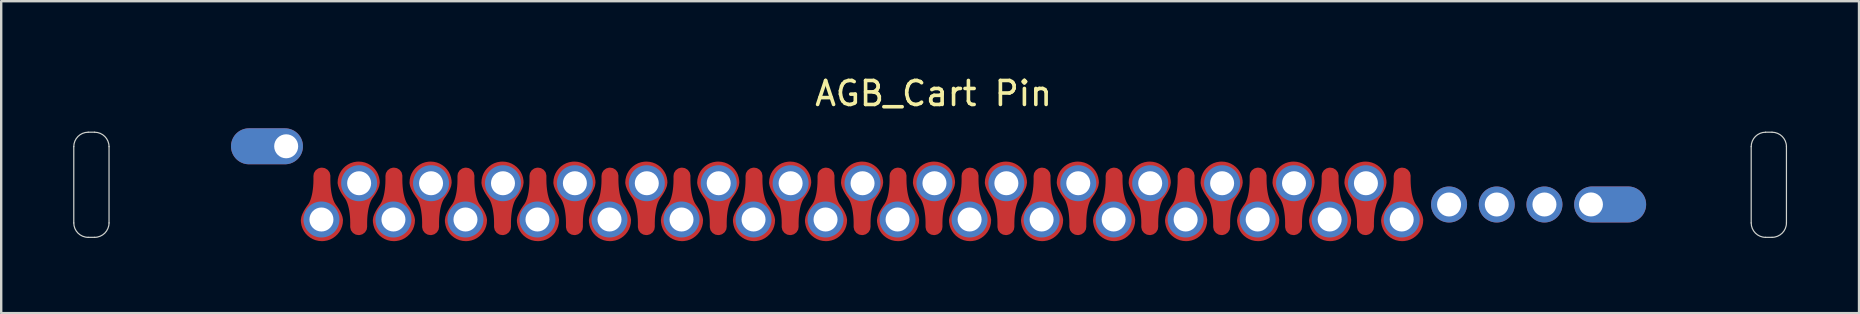
<source format=kicad_pcb>
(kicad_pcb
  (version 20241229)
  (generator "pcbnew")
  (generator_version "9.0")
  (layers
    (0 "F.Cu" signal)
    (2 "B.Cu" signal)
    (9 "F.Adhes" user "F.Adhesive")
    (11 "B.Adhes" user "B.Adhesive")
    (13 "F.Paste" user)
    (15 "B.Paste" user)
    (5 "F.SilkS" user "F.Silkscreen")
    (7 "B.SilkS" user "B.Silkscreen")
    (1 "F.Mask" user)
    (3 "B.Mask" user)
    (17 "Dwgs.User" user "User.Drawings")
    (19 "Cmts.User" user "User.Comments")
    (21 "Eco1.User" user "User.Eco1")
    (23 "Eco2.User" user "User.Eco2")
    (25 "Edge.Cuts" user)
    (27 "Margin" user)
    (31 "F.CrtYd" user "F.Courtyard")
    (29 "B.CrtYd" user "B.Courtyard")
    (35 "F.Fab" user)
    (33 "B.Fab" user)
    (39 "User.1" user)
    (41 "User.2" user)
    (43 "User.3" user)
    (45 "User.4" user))
  (footprint "AGB_Cart Pin"
    (layer "F.Cu")
    (at 35.859 1.348)
    (property "Reference" "AGB_Cart Pin" (at 0 -0.5 0) (unlocked yes) (layer "F.SilkS") (effects (font (size 1 1) (thickness 0.15))))
    (attr smd)
    (fp_line (start -35.834 4.894) (end -35.834 1.713) (stroke (width 0.05) (type solid)) (layer "Edge.Cuts"))
    (fp_line (start -35.234 1.113) (end -34.965 1.113) (stroke (width 0.05) (type solid)) (layer "Edge.Cuts"))
    (fp_line (start -34.965 5.494) (end -35.234 5.494) (stroke (width 0.05) (type solid)) (layer "Edge.Cuts"))
    (fp_line (start -34.365 1.713) (end -34.365 4.894) (stroke (width 0.05) (type solid)) (layer "Edge.Cuts"))
    (fp_line (start 34.077 4.894) (end 34.077 1.713) (stroke (width 0.05) (type solid)) (layer "Edge.Cuts"))
    (fp_line (start 34.676 1.113) (end 34.946 1.113) (stroke (width 0.05) (type solid)) (layer "Edge.Cuts"))
    (fp_line (start 34.946 5.494) (end 34.676 5.494) (stroke (width 0.05) (type solid)) (layer "Edge.Cuts"))
    (fp_line (start 35.546 1.713) (end 35.546 4.894) (stroke (width 0.05) (type solid)) (layer "Edge.Cuts"))
    (fp_curve (pts (xy -35.834 1.713) (xy -35.834 1.383) (xy -35.564 1.113) (xy -35.234 1.113)) (stroke (width 0.05) (type solid)) (layer "Edge.Cuts"))
    (fp_curve (pts (xy -35.234 5.494) (xy -35.564 5.494) (xy -35.834 5.224) (xy -35.834 4.894)) (stroke (width 0.05) (type solid)) (layer "Edge.Cuts"))
    (fp_curve (pts (xy -34.965 1.113) (xy -34.635 1.113) (xy -34.365 1.383) (xy -34.365 1.713)) (stroke (width 0.05) (type solid)) (layer "Edge.Cuts"))
    (fp_curve (pts (xy -34.365 4.894) (xy -34.365 5.224) (xy -34.635 5.494) (xy -34.965 5.494)) (stroke (width 0.05) (type solid)) (layer "Edge.Cuts"))
    (fp_curve (pts (xy 34.077 1.713) (xy 34.077 1.383) (xy 34.347 1.113) (xy 34.676 1.113)) (stroke (width 0.05) (type solid)) (layer "Edge.Cuts"))
    (fp_curve (pts (xy 34.676 5.494) (xy 34.347 5.494) (xy 34.077 5.224) (xy 34.077 4.894)) (stroke (width 0.05) (type solid)) (layer "Edge.Cuts"))
    (fp_curve (pts (xy 34.946 1.113) (xy 35.276 1.113) (xy 35.546 1.383) (xy 35.546 1.713)) (stroke (width 0.05) (type solid)) (layer "Edge.Cuts"))
    (fp_curve (pts (xy 35.546 4.894) (xy 35.546 5.224) (xy 35.276 5.494) (xy 34.946 5.494)) (stroke (width 0.05) (type solid)) (layer "Edge.Cuts"))
    (pad "1" smd custom (at 19.511 4.75 180) (size 1.3 1.3) (layers "F.Cu") (options (anchor circle)) (primitives (gr_poly (pts (xy -0.021 2.101) (xy -0.017 2.101) (xy 0.013 2.1) (xy 0.11 2.073) (xy 0.2 2.006) (xy 0.258 1.911) (xy 0.274 1.811) (xy 0.273 1.648) (xy 0.277 1.498) (xy 0.286 1.362) (xy 0.3 1.239) (xy 0.316 1.128) (xy 0.335 1.029) (xy 0.367 0.902) (xy 0.4 0.8) (xy 0.442 0.699) (xy 0.499 0.601) (xy 0.506 0.592) (xy 0.568 0.506) (xy 0.635 0.404) (xy 0.691 0.307) (xy 0.741 0.203) (xy 0.779 0.098) (xy 0.799 -0.027) (xy 0.795 -0.11) (xy 0.773 -0.231) (xy 0.735 -0.345) (xy 0.681 -0.45) (xy 0.613 -0.546) (xy 0.532 -0.631) (xy 0.439 -0.703) (xy 0.337 -0.762) (xy 0.226 -0.806) (xy 0.108 -0.833) (xy -0.017 -0.843) (xy -0.021 -0.843) (xy -0.105 -0.838) (xy -0.225 -0.817) (xy -0.339 -0.779) (xy -0.444 -0.725) (xy -0.54 -0.656) (xy -0.625 -0.575) (xy -0.698 -0.483) (xy -0.757 -0.381) (xy -0.8 -0.27) (xy -0.828 -0.151) (xy -0.837 -0.027) (xy -0.836 -0.003) (xy -0.817 0.098) (xy -0.779 0.203) (xy -0.729 0.307) (xy -0.673 0.404) (xy -0.606 0.506) (xy -0.537 0.601) (xy -0.531 0.609) (xy -0.48 0.699) (xy -0.438 0.8) (xy -0.405 0.902) (xy -0.373 1.029) (xy -0.354 1.128) (xy -0.338 1.239) (xy -0.324 1.362) (xy -0.315 1.498) (xy -0.311 1.648) (xy -0.312 1.811) (xy -0.312 1.826) (xy -0.285 1.937) (xy -0.218 2.026) (xy -0.122 2.084)) (width 0.12) (fill yes))))
    (pad "1" thru_hole circle (at 19.511 4.75) (size 1.5 1.5) (drill 1) (layers "*.Cu" "*.Mask"))
    (pad "2" smd custom (at 18.02 3.239) (size 1.3 1.3) (layers "F.Cu") (options (anchor circle)) (primitives (gr_poly (pts (xy -0.021 2.101) (xy -0.017 2.101) (xy 0.013 2.1) (xy 0.11 2.073) (xy 0.2 2.006) (xy 0.258 1.911) (xy 0.274 1.811) (xy 0.273 1.648) (xy 0.277 1.498) (xy 0.286 1.362) (xy 0.3 1.239) (xy 0.316 1.128) (xy 0.335 1.029) (xy 0.367 0.902) (xy 0.4 0.8) (xy 0.442 0.699) (xy 0.499 0.601) (xy 0.506 0.592) (xy 0.568 0.506) (xy 0.635 0.404) (xy 0.691 0.307) (xy 0.741 0.203) (xy 0.779 0.098) (xy 0.799 -0.027) (xy 0.795 -0.11) (xy 0.773 -0.231) (xy 0.735 -0.345) (xy 0.681 -0.45) (xy 0.613 -0.546) (xy 0.532 -0.631) (xy 0.439 -0.703) (xy 0.337 -0.762) (xy 0.226 -0.806) (xy 0.108 -0.833) (xy -0.017 -0.843) (xy -0.021 -0.843) (xy -0.105 -0.838) (xy -0.225 -0.817) (xy -0.339 -0.779) (xy -0.444 -0.725) (xy -0.54 -0.656) (xy -0.625 -0.575) (xy -0.698 -0.483) (xy -0.757 -0.381) (xy -0.8 -0.27) (xy -0.828 -0.151) (xy -0.837 -0.027) (xy -0.836 -0.003) (xy -0.817 0.098) (xy -0.779 0.203) (xy -0.729 0.307) (xy -0.673 0.404) (xy -0.606 0.506) (xy -0.537 0.601) (xy -0.531 0.609) (xy -0.48 0.699) (xy -0.438 0.8) (xy -0.405 0.902) (xy -0.373 1.029) (xy -0.354 1.128) (xy -0.338 1.239) (xy -0.324 1.362) (xy -0.315 1.498) (xy -0.311 1.648) (xy -0.312 1.811) (xy -0.312 1.826) (xy -0.285 1.937) (xy -0.218 2.026) (xy -0.122 2.084)) (width 0.12) (fill yes))))
    (pad "2" thru_hole circle (at 18.02 3.239) (size 1.5 1.5) (drill 1) (layers "*.Cu" "*.Mask"))
    (pad "3" smd custom (at 16.509 4.75 180) (size 1.3 1.3) (layers "F.Cu") (options (anchor circle)) (primitives (gr_poly (pts (xy -0.021 2.101) (xy -0.017 2.101) (xy 0.013 2.1) (xy 0.11 2.073) (xy 0.2 2.006) (xy 0.258 1.911) (xy 0.274 1.811) (xy 0.273 1.648) (xy 0.277 1.498) (xy 0.286 1.362) (xy 0.3 1.239) (xy 0.316 1.128) (xy 0.335 1.029) (xy 0.367 0.902) (xy 0.4 0.8) (xy 0.442 0.699) (xy 0.499 0.601) (xy 0.506 0.592) (xy 0.568 0.506) (xy 0.635 0.404) (xy 0.691 0.307) (xy 0.741 0.203) (xy 0.779 0.098) (xy 0.799 -0.027) (xy 0.795 -0.11) (xy 0.773 -0.231) (xy 0.735 -0.345) (xy 0.681 -0.45) (xy 0.613 -0.546) (xy 0.532 -0.631) (xy 0.439 -0.703) (xy 0.337 -0.762) (xy 0.226 -0.806) (xy 0.108 -0.833) (xy -0.017 -0.843) (xy -0.021 -0.843) (xy -0.105 -0.838) (xy -0.225 -0.817) (xy -0.339 -0.779) (xy -0.444 -0.725) (xy -0.54 -0.656) (xy -0.625 -0.575) (xy -0.698 -0.483) (xy -0.757 -0.381) (xy -0.8 -0.27) (xy -0.828 -0.151) (xy -0.837 -0.027) (xy -0.836 -0.003) (xy -0.817 0.098) (xy -0.779 0.203) (xy -0.729 0.307) (xy -0.673 0.404) (xy -0.606 0.506) (xy -0.537 0.601) (xy -0.531 0.609) (xy -0.48 0.699) (xy -0.438 0.8) (xy -0.405 0.902) (xy -0.373 1.029) (xy -0.354 1.128) (xy -0.338 1.239) (xy -0.324 1.362) (xy -0.315 1.498) (xy -0.311 1.648) (xy -0.312 1.811) (xy -0.312 1.826) (xy -0.285 1.937) (xy -0.218 2.026) (xy -0.122 2.084)) (width 0.12) (fill yes))))
    (pad "3" thru_hole circle (at 16.509 4.75) (size 1.5 1.5) (drill 1) (layers "*.Cu" "*.Mask"))
    (pad "4" smd custom (at 15.023 3.239) (size 1.3 1.3) (layers "F.Cu") (options (anchor circle)) (primitives (gr_poly (pts (xy -0.021 2.101) (xy -0.017 2.101) (xy 0.013 2.1) (xy 0.11 2.073) (xy 0.2 2.006) (xy 0.258 1.911) (xy 0.274 1.811) (xy 0.273 1.648) (xy 0.277 1.498) (xy 0.286 1.362) (xy 0.3 1.239) (xy 0.316 1.128) (xy 0.335 1.029) (xy 0.367 0.902) (xy 0.4 0.8) (xy 0.442 0.699) (xy 0.499 0.601) (xy 0.506 0.592) (xy 0.568 0.506) (xy 0.635 0.404) (xy 0.691 0.307) (xy 0.741 0.203) (xy 0.779 0.098) (xy 0.799 -0.027) (xy 0.795 -0.11) (xy 0.773 -0.231) (xy 0.735 -0.345) (xy 0.681 -0.45) (xy 0.613 -0.546) (xy 0.532 -0.631) (xy 0.439 -0.703) (xy 0.337 -0.762) (xy 0.226 -0.806) (xy 0.108 -0.833) (xy -0.017 -0.843) (xy -0.021 -0.843) (xy -0.105 -0.838) (xy -0.225 -0.817) (xy -0.339 -0.779) (xy -0.444 -0.725) (xy -0.54 -0.656) (xy -0.625 -0.575) (xy -0.698 -0.483) (xy -0.757 -0.381) (xy -0.8 -0.27) (xy -0.828 -0.151) (xy -0.837 -0.027) (xy -0.836 -0.003) (xy -0.817 0.098) (xy -0.779 0.203) (xy -0.729 0.307) (xy -0.673 0.404) (xy -0.606 0.506) (xy -0.537 0.601) (xy -0.531 0.609) (xy -0.48 0.699) (xy -0.438 0.8) (xy -0.405 0.902) (xy -0.373 1.029) (xy -0.354 1.128) (xy -0.338 1.239) (xy -0.324 1.362) (xy -0.315 1.498) (xy -0.311 1.648) (xy -0.312 1.811) (xy -0.312 1.826) (xy -0.285 1.937) (xy -0.218 2.026) (xy -0.122 2.084)) (width 0.12) (fill yes))))
    (pad "4" thru_hole circle (at 15.023 3.239) (size 1.5 1.5) (drill 1) (layers "*.Cu" "*.Mask"))
    (pad "5" smd custom (at 13.508 4.75 180) (size 1.3 1.3) (layers "F.Cu") (options (anchor circle)) (primitives (gr_poly (pts (xy -0.021 2.101) (xy -0.017 2.101) (xy 0.013 2.1) (xy 0.11 2.073) (xy 0.2 2.006) (xy 0.258 1.911) (xy 0.274 1.811) (xy 0.273 1.648) (xy 0.277 1.498) (xy 0.286 1.362) (xy 0.3 1.239) (xy 0.316 1.128) (xy 0.335 1.029) (xy 0.367 0.902) (xy 0.4 0.8) (xy 0.442 0.699) (xy 0.499 0.601) (xy 0.506 0.592) (xy 0.568 0.506) (xy 0.635 0.404) (xy 0.691 0.307) (xy 0.741 0.203) (xy 0.779 0.098) (xy 0.799 -0.027) (xy 0.795 -0.11) (xy 0.773 -0.231) (xy 0.735 -0.345) (xy 0.681 -0.45) (xy 0.613 -0.546) (xy 0.532 -0.631) (xy 0.439 -0.703) (xy 0.337 -0.762) (xy 0.226 -0.806) (xy 0.108 -0.833) (xy -0.017 -0.843) (xy -0.021 -0.843) (xy -0.105 -0.838) (xy -0.225 -0.817) (xy -0.339 -0.779) (xy -0.444 -0.725) (xy -0.54 -0.656) (xy -0.625 -0.575) (xy -0.698 -0.483) (xy -0.757 -0.381) (xy -0.8 -0.27) (xy -0.828 -0.151) (xy -0.837 -0.027) (xy -0.836 -0.003) (xy -0.817 0.098) (xy -0.779 0.203) (xy -0.729 0.307) (xy -0.673 0.404) (xy -0.606 0.506) (xy -0.537 0.601) (xy -0.531 0.609) (xy -0.48 0.699) (xy -0.438 0.8) (xy -0.405 0.902) (xy -0.373 1.029) (xy -0.354 1.128) (xy -0.338 1.239) (xy -0.324 1.362) (xy -0.315 1.498) (xy -0.311 1.648) (xy -0.312 1.811) (xy -0.312 1.826) (xy -0.285 1.937) (xy -0.218 2.026) (xy -0.122 2.084)) (width 0.12) (fill yes))))
    (pad "5" thru_hole circle (at 13.508 4.75) (size 1.5 1.5) (drill 1) (layers "*.Cu" "*.Mask"))
    (pad "6" smd custom (at 12.026 3.239) (size 1.3 1.3) (layers "F.Cu") (options (anchor circle)) (primitives (gr_poly (pts (xy -0.021 2.101) (xy -0.017 2.101) (xy 0.013 2.1) (xy 0.11 2.073) (xy 0.2 2.006) (xy 0.258 1.911) (xy 0.274 1.811) (xy 0.273 1.648) (xy 0.277 1.498) (xy 0.286 1.362) (xy 0.3 1.239) (xy 0.316 1.128) (xy 0.335 1.029) (xy 0.367 0.902) (xy 0.4 0.8) (xy 0.442 0.699) (xy 0.499 0.601) (xy 0.506 0.592) (xy 0.568 0.506) (xy 0.635 0.404) (xy 0.691 0.307) (xy 0.741 0.203) (xy 0.779 0.098) (xy 0.799 -0.027) (xy 0.795 -0.11) (xy 0.773 -0.231) (xy 0.735 -0.345) (xy 0.681 -0.45) (xy 0.613 -0.546) (xy 0.532 -0.631) (xy 0.439 -0.703) (xy 0.337 -0.762) (xy 0.226 -0.806) (xy 0.108 -0.833) (xy -0.017 -0.843) (xy -0.021 -0.843) (xy -0.105 -0.838) (xy -0.225 -0.817) (xy -0.339 -0.779) (xy -0.444 -0.725) (xy -0.54 -0.656) (xy -0.625 -0.575) (xy -0.698 -0.483) (xy -0.757 -0.381) (xy -0.8 -0.27) (xy -0.828 -0.151) (xy -0.837 -0.027) (xy -0.836 -0.003) (xy -0.817 0.098) (xy -0.779 0.203) (xy -0.729 0.307) (xy -0.673 0.404) (xy -0.606 0.506) (xy -0.537 0.601) (xy -0.531 0.609) (xy -0.48 0.699) (xy -0.438 0.8) (xy -0.405 0.902) (xy -0.373 1.029) (xy -0.354 1.128) (xy -0.338 1.239) (xy -0.324 1.362) (xy -0.315 1.498) (xy -0.311 1.648) (xy -0.312 1.811) (xy -0.312 1.826) (xy -0.285 1.937) (xy -0.218 2.026) (xy -0.122 2.084)) (width 0.12) (fill yes))))
    (pad "6" thru_hole circle (at 12.026 3.239) (size 1.5 1.5) (drill 1) (layers "*.Cu" "*.Mask"))
    (pad "7" smd custom (at 10.506 4.75 180) (size 1.3 1.3) (layers "F.Cu") (options (anchor circle)) (primitives (gr_poly (pts (xy -0.021 2.101) (xy -0.017 2.101) (xy 0.013 2.1) (xy 0.11 2.073) (xy 0.2 2.006) (xy 0.258 1.911) (xy 0.274 1.811) (xy 0.273 1.648) (xy 0.277 1.498) (xy 0.286 1.362) (xy 0.3 1.239) (xy 0.316 1.128) (xy 0.335 1.029) (xy 0.367 0.902) (xy 0.4 0.8) (xy 0.442 0.699) (xy 0.499 0.601) (xy 0.506 0.592) (xy 0.568 0.506) (xy 0.635 0.404) (xy 0.691 0.307) (xy 0.741 0.203) (xy 0.779 0.098) (xy 0.799 -0.027) (xy 0.795 -0.11) (xy 0.773 -0.231) (xy 0.735 -0.345) (xy 0.681 -0.45) (xy 0.613 -0.546) (xy 0.532 -0.631) (xy 0.439 -0.703) (xy 0.337 -0.762) (xy 0.226 -0.806) (xy 0.108 -0.833) (xy -0.017 -0.843) (xy -0.021 -0.843) (xy -0.105 -0.838) (xy -0.225 -0.817) (xy -0.339 -0.779) (xy -0.444 -0.725) (xy -0.54 -0.656) (xy -0.625 -0.575) (xy -0.698 -0.483) (xy -0.757 -0.381) (xy -0.8 -0.27) (xy -0.828 -0.151) (xy -0.837 -0.027) (xy -0.836 -0.003) (xy -0.817 0.098) (xy -0.779 0.203) (xy -0.729 0.307) (xy -0.673 0.404) (xy -0.606 0.506) (xy -0.537 0.601) (xy -0.531 0.609) (xy -0.48 0.699) (xy -0.438 0.8) (xy -0.405 0.902) (xy -0.373 1.029) (xy -0.354 1.128) (xy -0.338 1.239) (xy -0.324 1.362) (xy -0.315 1.498) (xy -0.311 1.648) (xy -0.312 1.811) (xy -0.312 1.826) (xy -0.285 1.937) (xy -0.218 2.026) (xy -0.122 2.084)) (width 0.12) (fill yes))))
    (pad "7" thru_hole circle (at 10.506 4.75) (size 1.5 1.5) (drill 1) (layers "*.Cu" "*.Mask"))
    (pad "8" smd custom (at 9.029 3.239) (size 1.3 1.3) (layers "F.Cu") (options (anchor circle)) (primitives (gr_poly (pts (xy -0.021 2.101) (xy -0.017 2.101) (xy 0.013 2.1) (xy 0.11 2.073) (xy 0.2 2.006) (xy 0.258 1.911) (xy 0.274 1.811) (xy 0.273 1.648) (xy 0.277 1.498) (xy 0.286 1.362) (xy 0.3 1.239) (xy 0.316 1.128) (xy 0.335 1.029) (xy 0.367 0.902) (xy 0.4 0.8) (xy 0.442 0.699) (xy 0.499 0.601) (xy 0.506 0.592) (xy 0.568 0.506) (xy 0.635 0.404) (xy 0.691 0.307) (xy 0.741 0.203) (xy 0.779 0.098) (xy 0.799 -0.027) (xy 0.795 -0.11) (xy 0.773 -0.231) (xy 0.735 -0.345) (xy 0.681 -0.45) (xy 0.613 -0.546) (xy 0.532 -0.631) (xy 0.439 -0.703) (xy 0.337 -0.762) (xy 0.226 -0.806) (xy 0.108 -0.833) (xy -0.017 -0.843) (xy -0.021 -0.843) (xy -0.105 -0.838) (xy -0.225 -0.817) (xy -0.339 -0.779) (xy -0.444 -0.725) (xy -0.54 -0.656) (xy -0.625 -0.575) (xy -0.698 -0.483) (xy -0.757 -0.381) (xy -0.8 -0.27) (xy -0.828 -0.151) (xy -0.837 -0.027) (xy -0.836 -0.003) (xy -0.817 0.098) (xy -0.779 0.203) (xy -0.729 0.307) (xy -0.673 0.404) (xy -0.606 0.506) (xy -0.537 0.601) (xy -0.531 0.609) (xy -0.48 0.699) (xy -0.438 0.8) (xy -0.405 0.902) (xy -0.373 1.029) (xy -0.354 1.128) (xy -0.338 1.239) (xy -0.324 1.362) (xy -0.315 1.498) (xy -0.311 1.648) (xy -0.312 1.811) (xy -0.312 1.826) (xy -0.285 1.937) (xy -0.218 2.026) (xy -0.122 2.084)) (width 0.12) (fill yes))))
    (pad "8" thru_hole circle (at 9.029 3.239) (size 1.5 1.5) (drill 1) (layers "*.Cu" "*.Mask"))
    (pad "9" smd custom (at 7.505 4.75 180) (size 1.3 1.3) (layers "F.Cu") (options (anchor circle)) (primitives (gr_poly (pts (xy -0.021 2.101) (xy -0.017 2.101) (xy 0.013 2.1) (xy 0.11 2.073) (xy 0.2 2.006) (xy 0.258 1.911) (xy 0.274 1.811) (xy 0.273 1.648) (xy 0.277 1.498) (xy 0.286 1.362) (xy 0.3 1.239) (xy 0.316 1.128) (xy 0.335 1.029) (xy 0.367 0.902) (xy 0.4 0.8) (xy 0.442 0.699) (xy 0.499 0.601) (xy 0.506 0.592) (xy 0.568 0.506) (xy 0.635 0.404) (xy 0.691 0.307) (xy 0.741 0.203) (xy 0.779 0.098) (xy 0.799 -0.027) (xy 0.795 -0.11) (xy 0.773 -0.231) (xy 0.735 -0.345) (xy 0.681 -0.45) (xy 0.613 -0.546) (xy 0.532 -0.631) (xy 0.439 -0.703) (xy 0.337 -0.762) (xy 0.226 -0.806) (xy 0.108 -0.833) (xy -0.017 -0.843) (xy -0.021 -0.843) (xy -0.105 -0.838) (xy -0.225 -0.817) (xy -0.339 -0.779) (xy -0.444 -0.725) (xy -0.54 -0.656) (xy -0.625 -0.575) (xy -0.698 -0.483) (xy -0.757 -0.381) (xy -0.8 -0.27) (xy -0.828 -0.151) (xy -0.837 -0.027) (xy -0.836 -0.003) (xy -0.817 0.098) (xy -0.779 0.203) (xy -0.729 0.307) (xy -0.673 0.404) (xy -0.606 0.506) (xy -0.537 0.601) (xy -0.531 0.609) (xy -0.48 0.699) (xy -0.438 0.8) (xy -0.405 0.902) (xy -0.373 1.029) (xy -0.354 1.128) (xy -0.338 1.239) (xy -0.324 1.362) (xy -0.315 1.498) (xy -0.311 1.648) (xy -0.312 1.811) (xy -0.312 1.826) (xy -0.285 1.937) (xy -0.218 2.026) (xy -0.122 2.084)) (width 0.12) (fill yes))))
    (pad "9" thru_hole circle (at 7.505 4.75) (size 1.5 1.5) (drill 1) (layers "*.Cu" "*.Mask"))
    (pad "10" smd custom (at 6.031 3.239) (size 1.3 1.3) (layers "F.Cu") (options (anchor circle)) (primitives (gr_poly (pts (xy -0.021 2.101) (xy -0.017 2.101) (xy 0.013 2.1) (xy 0.11 2.073) (xy 0.2 2.006) (xy 0.258 1.911) (xy 0.274 1.811) (xy 0.273 1.648) (xy 0.277 1.498) (xy 0.286 1.362) (xy 0.3 1.239) (xy 0.316 1.128) (xy 0.335 1.029) (xy 0.367 0.902) (xy 0.4 0.8) (xy 0.442 0.699) (xy 0.499 0.601) (xy 0.506 0.592) (xy 0.568 0.506) (xy 0.635 0.404) (xy 0.691 0.307) (xy 0.741 0.203) (xy 0.779 0.098) (xy 0.799 -0.027) (xy 0.795 -0.11) (xy 0.773 -0.231) (xy 0.735 -0.345) (xy 0.681 -0.45) (xy 0.613 -0.546) (xy 0.532 -0.631) (xy 0.439 -0.703) (xy 0.337 -0.762) (xy 0.226 -0.806) (xy 0.108 -0.833) (xy -0.017 -0.843) (xy -0.021 -0.843) (xy -0.105 -0.838) (xy -0.225 -0.817) (xy -0.339 -0.779) (xy -0.444 -0.725) (xy -0.54 -0.656) (xy -0.625 -0.575) (xy -0.698 -0.483) (xy -0.757 -0.381) (xy -0.8 -0.27) (xy -0.828 -0.151) (xy -0.837 -0.027) (xy -0.836 -0.003) (xy -0.817 0.098) (xy -0.779 0.203) (xy -0.729 0.307) (xy -0.673 0.404) (xy -0.606 0.506) (xy -0.537 0.601) (xy -0.531 0.609) (xy -0.48 0.699) (xy -0.438 0.8) (xy -0.405 0.902) (xy -0.373 1.029) (xy -0.354 1.128) (xy -0.338 1.239) (xy -0.324 1.362) (xy -0.315 1.498) (xy -0.311 1.648) (xy -0.312 1.811) (xy -0.312 1.826) (xy -0.285 1.937) (xy -0.218 2.026) (xy -0.122 2.084)) (width 0.12) (fill yes))))
    (pad "10" thru_hole circle (at 6.031 3.239) (size 1.5 1.5) (drill 1) (layers "*.Cu" "*.Mask"))
    (pad "11" smd custom (at 4.503 4.75 180) (size 1.3 1.3) (layers "F.Cu") (options (anchor circle)) (primitives (gr_poly (pts (xy -0.021 2.101) (xy -0.017 2.101) (xy 0.013 2.1) (xy 0.11 2.073) (xy 0.2 2.006) (xy 0.258 1.911) (xy 0.274 1.811) (xy 0.273 1.648) (xy 0.277 1.498) (xy 0.286 1.362) (xy 0.3 1.239) (xy 0.316 1.128) (xy 0.335 1.029) (xy 0.367 0.902) (xy 0.4 0.8) (xy 0.442 0.699) (xy 0.499 0.601) (xy 0.506 0.592) (xy 0.568 0.506) (xy 0.635 0.404) (xy 0.691 0.307) (xy 0.741 0.203) (xy 0.779 0.098) (xy 0.799 -0.027) (xy 0.795 -0.11) (xy 0.773 -0.231) (xy 0.735 -0.345) (xy 0.681 -0.45) (xy 0.613 -0.546) (xy 0.532 -0.631) (xy 0.439 -0.703) (xy 0.337 -0.762) (xy 0.226 -0.806) (xy 0.108 -0.833) (xy -0.017 -0.843) (xy -0.021 -0.843) (xy -0.105 -0.838) (xy -0.225 -0.817) (xy -0.339 -0.779) (xy -0.444 -0.725) (xy -0.54 -0.656) (xy -0.625 -0.575) (xy -0.698 -0.483) (xy -0.757 -0.381) (xy -0.8 -0.27) (xy -0.828 -0.151) (xy -0.837 -0.027) (xy -0.836 -0.003) (xy -0.817 0.098) (xy -0.779 0.203) (xy -0.729 0.307) (xy -0.673 0.404) (xy -0.606 0.506) (xy -0.537 0.601) (xy -0.531 0.609) (xy -0.48 0.699) (xy -0.438 0.8) (xy -0.405 0.902) (xy -0.373 1.029) (xy -0.354 1.128) (xy -0.338 1.239) (xy -0.324 1.362) (xy -0.315 1.498) (xy -0.311 1.648) (xy -0.312 1.811) (xy -0.312 1.826) (xy -0.285 1.937) (xy -0.218 2.026) (xy -0.122 2.084)) (width 0.12) (fill yes))))
    (pad "11" thru_hole circle (at 4.503 4.75) (size 1.5 1.5) (drill 1) (layers "*.Cu" "*.Mask"))
    (pad "12" smd custom (at 3.034 3.239) (size 1.3 1.3) (layers "F.Cu") (options (anchor circle)) (primitives (gr_poly (pts (xy -0.021 2.101) (xy -0.017 2.101) (xy 0.013 2.1) (xy 0.11 2.073) (xy 0.2 2.006) (xy 0.258 1.911) (xy 0.274 1.811) (xy 0.273 1.648) (xy 0.277 1.498) (xy 0.286 1.362) (xy 0.3 1.239) (xy 0.316 1.128) (xy 0.335 1.029) (xy 0.367 0.902) (xy 0.4 0.8) (xy 0.442 0.699) (xy 0.499 0.601) (xy 0.506 0.592) (xy 0.568 0.506) (xy 0.635 0.404) (xy 0.691 0.307) (xy 0.741 0.203) (xy 0.779 0.098) (xy 0.799 -0.027) (xy 0.795 -0.11) (xy 0.773 -0.231) (xy 0.735 -0.345) (xy 0.681 -0.45) (xy 0.613 -0.546) (xy 0.532 -0.631) (xy 0.439 -0.703) (xy 0.337 -0.762) (xy 0.226 -0.806) (xy 0.108 -0.833) (xy -0.017 -0.843) (xy -0.021 -0.843) (xy -0.105 -0.838) (xy -0.225 -0.817) (xy -0.339 -0.779) (xy -0.444 -0.725) (xy -0.54 -0.656) (xy -0.625 -0.575) (xy -0.698 -0.483) (xy -0.757 -0.381) (xy -0.8 -0.27) (xy -0.828 -0.151) (xy -0.837 -0.027) (xy -0.836 -0.003) (xy -0.817 0.098) (xy -0.779 0.203) (xy -0.729 0.307) (xy -0.673 0.404) (xy -0.606 0.506) (xy -0.537 0.601) (xy -0.531 0.609) (xy -0.48 0.699) (xy -0.438 0.8) (xy -0.405 0.902) (xy -0.373 1.029) (xy -0.354 1.128) (xy -0.338 1.239) (xy -0.324 1.362) (xy -0.315 1.498) (xy -0.311 1.648) (xy -0.312 1.811) (xy -0.312 1.826) (xy -0.285 1.937) (xy -0.218 2.026) (xy -0.122 2.084)) (width 0.12) (fill yes))))
    (pad "12" thru_hole circle (at 3.034 3.239) (size 1.5 1.5) (drill 1) (layers "*.Cu" "*.Mask"))
    (pad "13" smd custom (at 1.502 4.75 180) (size 1.3 1.3) (layers "F.Cu") (options (anchor circle)) (primitives (gr_poly (pts (xy -0.021 2.101) (xy -0.017 2.101) (xy 0.013 2.1) (xy 0.11 2.073) (xy 0.2 2.006) (xy 0.258 1.911) (xy 0.274 1.811) (xy 0.273 1.648) (xy 0.277 1.498) (xy 0.286 1.362) (xy 0.3 1.239) (xy 0.316 1.128) (xy 0.335 1.029) (xy 0.367 0.902) (xy 0.4 0.8) (xy 0.442 0.699) (xy 0.499 0.601) (xy 0.506 0.592) (xy 0.568 0.506) (xy 0.635 0.404) (xy 0.691 0.307) (xy 0.741 0.203) (xy 0.779 0.098) (xy 0.799 -0.027) (xy 0.795 -0.11) (xy 0.773 -0.231) (xy 0.735 -0.345) (xy 0.681 -0.45) (xy 0.613 -0.546) (xy 0.532 -0.631) (xy 0.439 -0.703) (xy 0.337 -0.762) (xy 0.226 -0.806) (xy 0.108 -0.833) (xy -0.017 -0.843) (xy -0.021 -0.843) (xy -0.105 -0.838) (xy -0.225 -0.817) (xy -0.339 -0.779) (xy -0.444 -0.725) (xy -0.54 -0.656) (xy -0.625 -0.575) (xy -0.698 -0.483) (xy -0.757 -0.381) (xy -0.8 -0.27) (xy -0.828 -0.151) (xy -0.837 -0.027) (xy -0.836 -0.003) (xy -0.817 0.098) (xy -0.779 0.203) (xy -0.729 0.307) (xy -0.673 0.404) (xy -0.606 0.506) (xy -0.537 0.601) (xy -0.531 0.609) (xy -0.48 0.699) (xy -0.438 0.8) (xy -0.405 0.902) (xy -0.373 1.029) (xy -0.354 1.128) (xy -0.338 1.239) (xy -0.324 1.362) (xy -0.315 1.498) (xy -0.311 1.648) (xy -0.312 1.811) (xy -0.312 1.826) (xy -0.285 1.937) (xy -0.218 2.026) (xy -0.122 2.084)) (width 0.12) (fill yes))))
    (pad "13" thru_hole circle (at 1.502 4.75) (size 1.5 1.5) (drill 1) (layers "*.Cu" "*.Mask"))
    (pad "14" smd custom (at 0.037 3.239) (size 1.3 1.3) (layers "F.Cu") (options (anchor circle)) (primitives (gr_poly (pts (xy -0.021 2.101) (xy -0.017 2.101) (xy 0.013 2.1) (xy 0.11 2.073) (xy 0.2 2.006) (xy 0.258 1.911) (xy 0.274 1.811) (xy 0.273 1.648) (xy 0.277 1.498) (xy 0.286 1.362) (xy 0.3 1.239) (xy 0.316 1.128) (xy 0.335 1.029) (xy 0.367 0.902) (xy 0.4 0.8) (xy 0.442 0.699) (xy 0.499 0.601) (xy 0.506 0.592) (xy 0.568 0.506) (xy 0.635 0.404) (xy 0.691 0.307) (xy 0.741 0.203) (xy 0.779 0.098) (xy 0.799 -0.027) (xy 0.795 -0.11) (xy 0.773 -0.231) (xy 0.735 -0.345) (xy 0.681 -0.45) (xy 0.613 -0.546) (xy 0.532 -0.631) (xy 0.439 -0.703) (xy 0.337 -0.762) (xy 0.226 -0.806) (xy 0.108 -0.833) (xy -0.017 -0.843) (xy -0.021 -0.843) (xy -0.105 -0.838) (xy -0.225 -0.817) (xy -0.339 -0.779) (xy -0.444 -0.725) (xy -0.54 -0.656) (xy -0.625 -0.575) (xy -0.698 -0.483) (xy -0.757 -0.381) (xy -0.8 -0.27) (xy -0.828 -0.151) (xy -0.837 -0.027) (xy -0.836 -0.003) (xy -0.817 0.098) (xy -0.779 0.203) (xy -0.729 0.307) (xy -0.673 0.404) (xy -0.606 0.506) (xy -0.537 0.601) (xy -0.531 0.609) (xy -0.48 0.699) (xy -0.438 0.8) (xy -0.405 0.902) (xy -0.373 1.029) (xy -0.354 1.128) (xy -0.338 1.239) (xy -0.324 1.362) (xy -0.315 1.498) (xy -0.311 1.648) (xy -0.312 1.811) (xy -0.312 1.826) (xy -0.285 1.937) (xy -0.218 2.026) (xy -0.122 2.084)) (width 0.12) (fill yes))))
    (pad "14" thru_hole circle (at 0.037 3.239) (size 1.5 1.5) (drill 1) (layers "*.Cu" "*.Mask"))
    (pad "15" smd custom (at -1.5 4.75 180) (size 1.3 1.3) (layers "F.Cu") (options (anchor circle)) (primitives (gr_poly (pts (xy -0.021 2.101) (xy -0.017 2.101) (xy 0.013 2.1) (xy 0.11 2.073) (xy 0.2 2.006) (xy 0.258 1.911) (xy 0.274 1.811) (xy 0.273 1.648) (xy 0.277 1.498) (xy 0.286 1.362) (xy 0.3 1.239) (xy 0.316 1.128) (xy 0.335 1.029) (xy 0.367 0.902) (xy 0.4 0.8) (xy 0.442 0.699) (xy 0.499 0.601) (xy 0.506 0.592) (xy 0.568 0.506) (xy 0.635 0.404) (xy 0.691 0.307) (xy 0.741 0.203) (xy 0.779 0.098) (xy 0.799 -0.027) (xy 0.795 -0.11) (xy 0.773 -0.231) (xy 0.735 -0.345) (xy 0.681 -0.45) (xy 0.613 -0.546) (xy 0.532 -0.631) (xy 0.439 -0.703) (xy 0.337 -0.762) (xy 0.226 -0.806) (xy 0.108 -0.833) (xy -0.017 -0.843) (xy -0.021 -0.843) (xy -0.105 -0.838) (xy -0.225 -0.817) (xy -0.339 -0.779) (xy -0.444 -0.725) (xy -0.54 -0.656) (xy -0.625 -0.575) (xy -0.698 -0.483) (xy -0.757 -0.381) (xy -0.8 -0.27) (xy -0.828 -0.151) (xy -0.837 -0.027) (xy -0.836 -0.003) (xy -0.817 0.098) (xy -0.779 0.203) (xy -0.729 0.307) (xy -0.673 0.404) (xy -0.606 0.506) (xy -0.537 0.601) (xy -0.531 0.609) (xy -0.48 0.699) (xy -0.438 0.8) (xy -0.405 0.902) (xy -0.373 1.029) (xy -0.354 1.128) (xy -0.338 1.239) (xy -0.324 1.362) (xy -0.315 1.498) (xy -0.311 1.648) (xy -0.312 1.811) (xy -0.312 1.826) (xy -0.285 1.937) (xy -0.218 2.026) (xy -0.122 2.084)) (width 0.12) (fill yes))))
    (pad "15" thru_hole circle (at -1.5 4.75) (size 1.5 1.5) (drill 1) (layers "*.Cu" "*.Mask"))
    (pad "16" smd custom (at -2.96 3.239) (size 1.3 1.3) (layers "F.Cu") (options (anchor circle)) (primitives (gr_poly (pts (xy -0.021 2.101) (xy -0.017 2.101) (xy 0.013 2.1) (xy 0.11 2.073) (xy 0.2 2.006) (xy 0.258 1.911) (xy 0.274 1.811) (xy 0.273 1.648) (xy 0.277 1.498) (xy 0.286 1.362) (xy 0.3 1.239) (xy 0.316 1.128) (xy 0.335 1.029) (xy 0.367 0.902) (xy 0.4 0.8) (xy 0.442 0.699) (xy 0.499 0.601) (xy 0.506 0.592) (xy 0.568 0.506) (xy 0.635 0.404) (xy 0.691 0.307) (xy 0.741 0.203) (xy 0.779 0.098) (xy 0.799 -0.027) (xy 0.795 -0.11) (xy 0.773 -0.231) (xy 0.735 -0.345) (xy 0.681 -0.45) (xy 0.613 -0.546) (xy 0.532 -0.631) (xy 0.439 -0.703) (xy 0.337 -0.762) (xy 0.226 -0.806) (xy 0.108 -0.833) (xy -0.017 -0.843) (xy -0.021 -0.843) (xy -0.105 -0.838) (xy -0.225 -0.817) (xy -0.339 -0.779) (xy -0.444 -0.725) (xy -0.54 -0.656) (xy -0.625 -0.575) (xy -0.698 -0.483) (xy -0.757 -0.381) (xy -0.8 -0.27) (xy -0.828 -0.151) (xy -0.837 -0.027) (xy -0.836 -0.003) (xy -0.817 0.098) (xy -0.779 0.203) (xy -0.729 0.307) (xy -0.673 0.404) (xy -0.606 0.506) (xy -0.537 0.601) (xy -0.531 0.609) (xy -0.48 0.699) (xy -0.438 0.8) (xy -0.405 0.902) (xy -0.373 1.029) (xy -0.354 1.128) (xy -0.338 1.239) (xy -0.324 1.362) (xy -0.315 1.498) (xy -0.311 1.648) (xy -0.312 1.811) (xy -0.312 1.826) (xy -0.285 1.937) (xy -0.218 2.026) (xy -0.122 2.084)) (width 0.12) (fill yes))))
    (pad "16" thru_hole circle (at -2.96 3.239) (size 1.5 1.5) (drill 1) (layers "*.Cu" "*.Mask"))
    (pad "17" smd custom (at -4.502 4.75 180) (size 1.3 1.3) (layers "F.Cu") (options (anchor circle)) (primitives (gr_poly (pts (xy -0.021 2.101) (xy -0.017 2.101) (xy 0.013 2.1) (xy 0.11 2.073) (xy 0.2 2.006) (xy 0.258 1.911) (xy 0.274 1.811) (xy 0.273 1.648) (xy 0.277 1.498) (xy 0.286 1.362) (xy 0.3 1.239) (xy 0.316 1.128) (xy 0.335 1.029) (xy 0.367 0.902) (xy 0.4 0.8) (xy 0.442 0.699) (xy 0.499 0.601) (xy 0.506 0.592) (xy 0.568 0.506) (xy 0.635 0.404) (xy 0.691 0.307) (xy 0.741 0.203) (xy 0.779 0.098) (xy 0.799 -0.027) (xy 0.795 -0.11) (xy 0.773 -0.231) (xy 0.735 -0.345) (xy 0.681 -0.45) (xy 0.613 -0.546) (xy 0.532 -0.631) (xy 0.439 -0.703) (xy 0.337 -0.762) (xy 0.226 -0.806) (xy 0.108 -0.833) (xy -0.017 -0.843) (xy -0.021 -0.843) (xy -0.105 -0.838) (xy -0.225 -0.817) (xy -0.339 -0.779) (xy -0.444 -0.725) (xy -0.54 -0.656) (xy -0.625 -0.575) (xy -0.698 -0.483) (xy -0.757 -0.381) (xy -0.8 -0.27) (xy -0.828 -0.151) (xy -0.837 -0.027) (xy -0.836 -0.003) (xy -0.817 0.098) (xy -0.779 0.203) (xy -0.729 0.307) (xy -0.673 0.404) (xy -0.606 0.506) (xy -0.537 0.601) (xy -0.531 0.609) (xy -0.48 0.699) (xy -0.438 0.8) (xy -0.405 0.902) (xy -0.373 1.029) (xy -0.354 1.128) (xy -0.338 1.239) (xy -0.324 1.362) (xy -0.315 1.498) (xy -0.311 1.648) (xy -0.312 1.811) (xy -0.312 1.826) (xy -0.285 1.937) (xy -0.218 2.026) (xy -0.122 2.084)) (width 0.12) (fill yes))))
    (pad "17" thru_hole circle (at -4.502 4.75) (size 1.5 1.5) (drill 1) (layers "*.Cu" "*.Mask"))
    (pad "18" smd custom (at -5.958 3.239) (size 1.3 1.3) (layers "F.Cu") (options (anchor circle)) (primitives (gr_poly (pts (xy -0.021 2.101) (xy -0.017 2.101) (xy 0.013 2.1) (xy 0.11 2.073) (xy 0.2 2.006) (xy 0.258 1.911) (xy 0.274 1.811) (xy 0.273 1.648) (xy 0.277 1.498) (xy 0.286 1.362) (xy 0.3 1.239) (xy 0.316 1.128) (xy 0.335 1.029) (xy 0.367 0.902) (xy 0.4 0.8) (xy 0.442 0.699) (xy 0.499 0.601) (xy 0.506 0.592) (xy 0.568 0.506) (xy 0.635 0.404) (xy 0.691 0.307) (xy 0.741 0.203) (xy 0.779 0.098) (xy 0.799 -0.027) (xy 0.795 -0.11) (xy 0.773 -0.231) (xy 0.735 -0.345) (xy 0.681 -0.45) (xy 0.613 -0.546) (xy 0.532 -0.631) (xy 0.439 -0.703) (xy 0.337 -0.762) (xy 0.226 -0.806) (xy 0.108 -0.833) (xy -0.017 -0.843) (xy -0.021 -0.843) (xy -0.105 -0.838) (xy -0.225 -0.817) (xy -0.339 -0.779) (xy -0.444 -0.725) (xy -0.54 -0.656) (xy -0.625 -0.575) (xy -0.698 -0.483) (xy -0.757 -0.381) (xy -0.8 -0.27) (xy -0.828 -0.151) (xy -0.837 -0.027) (xy -0.836 -0.003) (xy -0.817 0.098) (xy -0.779 0.203) (xy -0.729 0.307) (xy -0.673 0.404) (xy -0.606 0.506) (xy -0.537 0.601) (xy -0.531 0.609) (xy -0.48 0.699) (xy -0.438 0.8) (xy -0.405 0.902) (xy -0.373 1.029) (xy -0.354 1.128) (xy -0.338 1.239) (xy -0.324 1.362) (xy -0.315 1.498) (xy -0.311 1.648) (xy -0.312 1.811) (xy -0.312 1.826) (xy -0.285 1.937) (xy -0.218 2.026) (xy -0.122 2.084)) (width 0.12) (fill yes))))
    (pad "18" thru_hole circle (at -5.958 3.239) (size 1.5 1.5) (drill 1) (layers "*.Cu" "*.Mask"))
    (pad "19" smd custom (at -7.503 4.75 180) (size 1.3 1.3) (layers "F.Cu") (options (anchor circle)) (primitives (gr_poly (pts (xy -0.021 2.101) (xy -0.017 2.101) (xy 0.013 2.1) (xy 0.11 2.073) (xy 0.2 2.006) (xy 0.258 1.911) (xy 0.274 1.811) (xy 0.273 1.648) (xy 0.277 1.498) (xy 0.286 1.362) (xy 0.3 1.239) (xy 0.316 1.128) (xy 0.335 1.029) (xy 0.367 0.902) (xy 0.4 0.8) (xy 0.442 0.699) (xy 0.499 0.601) (xy 0.506 0.592) (xy 0.568 0.506) (xy 0.635 0.404) (xy 0.691 0.307) (xy 0.741 0.203) (xy 0.779 0.098) (xy 0.799 -0.027) (xy 0.795 -0.11) (xy 0.773 -0.231) (xy 0.735 -0.345) (xy 0.681 -0.45) (xy 0.613 -0.546) (xy 0.532 -0.631) (xy 0.439 -0.703) (xy 0.337 -0.762) (xy 0.226 -0.806) (xy 0.108 -0.833) (xy -0.017 -0.843) (xy -0.021 -0.843) (xy -0.105 -0.838) (xy -0.225 -0.817) (xy -0.339 -0.779) (xy -0.444 -0.725) (xy -0.54 -0.656) (xy -0.625 -0.575) (xy -0.698 -0.483) (xy -0.757 -0.381) (xy -0.8 -0.27) (xy -0.828 -0.151) (xy -0.837 -0.027) (xy -0.836 -0.003) (xy -0.817 0.098) (xy -0.779 0.203) (xy -0.729 0.307) (xy -0.673 0.404) (xy -0.606 0.506) (xy -0.537 0.601) (xy -0.531 0.609) (xy -0.48 0.699) (xy -0.438 0.8) (xy -0.405 0.902) (xy -0.373 1.029) (xy -0.354 1.128) (xy -0.338 1.239) (xy -0.324 1.362) (xy -0.315 1.498) (xy -0.311 1.648) (xy -0.312 1.811) (xy -0.312 1.826) (xy -0.285 1.937) (xy -0.218 2.026) (xy -0.122 2.084)) (width 0.12) (fill yes))))
    (pad "19" thru_hole circle (at -7.503 4.75) (size 1.5 1.5) (drill 1) (layers "*.Cu" "*.Mask"))
    (pad "20" smd custom (at -8.955 3.239) (size 1.3 1.3) (layers "F.Cu") (options (anchor circle)) (primitives (gr_poly (pts (xy -0.021 2.101) (xy -0.017 2.101) (xy 0.013 2.1) (xy 0.11 2.073) (xy 0.2 2.006) (xy 0.258 1.911) (xy 0.274 1.811) (xy 0.273 1.648) (xy 0.277 1.498) (xy 0.286 1.362) (xy 0.3 1.239) (xy 0.316 1.128) (xy 0.335 1.029) (xy 0.367 0.902) (xy 0.4 0.8) (xy 0.442 0.699) (xy 0.499 0.601) (xy 0.506 0.592) (xy 0.568 0.506) (xy 0.635 0.404) (xy 0.691 0.307) (xy 0.741 0.203) (xy 0.779 0.098) (xy 0.799 -0.027) (xy 0.795 -0.11) (xy 0.773 -0.231) (xy 0.735 -0.345) (xy 0.681 -0.45) (xy 0.613 -0.546) (xy 0.532 -0.631) (xy 0.439 -0.703) (xy 0.337 -0.762) (xy 0.226 -0.806) (xy 0.108 -0.833) (xy -0.017 -0.843) (xy -0.021 -0.843) (xy -0.105 -0.838) (xy -0.225 -0.817) (xy -0.339 -0.779) (xy -0.444 -0.725) (xy -0.54 -0.656) (xy -0.625 -0.575) (xy -0.698 -0.483) (xy -0.757 -0.381) (xy -0.8 -0.27) (xy -0.828 -0.151) (xy -0.837 -0.027) (xy -0.836 -0.003) (xy -0.817 0.098) (xy -0.779 0.203) (xy -0.729 0.307) (xy -0.673 0.404) (xy -0.606 0.506) (xy -0.537 0.601) (xy -0.531 0.609) (xy -0.48 0.699) (xy -0.438 0.8) (xy -0.405 0.902) (xy -0.373 1.029) (xy -0.354 1.128) (xy -0.338 1.239) (xy -0.324 1.362) (xy -0.315 1.498) (xy -0.311 1.648) (xy -0.312 1.811) (xy -0.312 1.826) (xy -0.285 1.937) (xy -0.218 2.026) (xy -0.122 2.084)) (width 0.12) (fill yes))))
    (pad "20" thru_hole circle (at -8.955 3.239) (size 1.5 1.5) (drill 1) (layers "*.Cu" "*.Mask"))
    (pad "21" smd custom (at -10.505 4.75 180) (size 1.3 1.3) (layers "F.Cu") (options (anchor circle)) (primitives (gr_poly (pts (xy -0.021 2.101) (xy -0.017 2.101) (xy 0.013 2.1) (xy 0.11 2.073) (xy 0.2 2.006) (xy 0.258 1.911) (xy 0.274 1.811) (xy 0.273 1.648) (xy 0.277 1.498) (xy 0.286 1.362) (xy 0.3 1.239) (xy 0.316 1.128) (xy 0.335 1.029) (xy 0.367 0.902) (xy 0.4 0.8) (xy 0.442 0.699) (xy 0.499 0.601) (xy 0.506 0.592) (xy 0.568 0.506) (xy 0.635 0.404) (xy 0.691 0.307) (xy 0.741 0.203) (xy 0.779 0.098) (xy 0.799 -0.027) (xy 0.795 -0.11) (xy 0.773 -0.231) (xy 0.735 -0.345) (xy 0.681 -0.45) (xy 0.613 -0.546) (xy 0.532 -0.631) (xy 0.439 -0.703) (xy 0.337 -0.762) (xy 0.226 -0.806) (xy 0.108 -0.833) (xy -0.017 -0.843) (xy -0.021 -0.843) (xy -0.105 -0.838) (xy -0.225 -0.817) (xy -0.339 -0.779) (xy -0.444 -0.725) (xy -0.54 -0.656) (xy -0.625 -0.575) (xy -0.698 -0.483) (xy -0.757 -0.381) (xy -0.8 -0.27) (xy -0.828 -0.151) (xy -0.837 -0.027) (xy -0.836 -0.003) (xy -0.817 0.098) (xy -0.779 0.203) (xy -0.729 0.307) (xy -0.673 0.404) (xy -0.606 0.506) (xy -0.537 0.601) (xy -0.531 0.609) (xy -0.48 0.699) (xy -0.438 0.8) (xy -0.405 0.902) (xy -0.373 1.029) (xy -0.354 1.128) (xy -0.338 1.239) (xy -0.324 1.362) (xy -0.315 1.498) (xy -0.311 1.648) (xy -0.312 1.811) (xy -0.312 1.826) (xy -0.285 1.937) (xy -0.218 2.026) (xy -0.122 2.084)) (width 0.12) (fill yes))))
    (pad "21" thru_hole circle (at -10.505 4.75) (size 1.5 1.5) (drill 1) (layers "*.Cu" "*.Mask"))
    (pad "22" smd custom (at -11.952 3.239) (size 1.3 1.3) (layers "F.Cu") (options (anchor circle)) (primitives (gr_poly (pts (xy -0.021 2.101) (xy -0.017 2.101) (xy 0.013 2.1) (xy 0.11 2.073) (xy 0.2 2.006) (xy 0.258 1.911) (xy 0.274 1.811) (xy 0.273 1.648) (xy 0.277 1.498) (xy 0.286 1.362) (xy 0.3 1.239) (xy 0.316 1.128) (xy 0.335 1.029) (xy 0.367 0.902) (xy 0.4 0.8) (xy 0.442 0.699) (xy 0.499 0.601) (xy 0.506 0.592) (xy 0.568 0.506) (xy 0.635 0.404) (xy 0.691 0.307) (xy 0.741 0.203) (xy 0.779 0.098) (xy 0.799 -0.027) (xy 0.795 -0.11) (xy 0.773 -0.231) (xy 0.735 -0.345) (xy 0.681 -0.45) (xy 0.613 -0.546) (xy 0.532 -0.631) (xy 0.439 -0.703) (xy 0.337 -0.762) (xy 0.226 -0.806) (xy 0.108 -0.833) (xy -0.017 -0.843) (xy -0.021 -0.843) (xy -0.105 -0.838) (xy -0.225 -0.817) (xy -0.339 -0.779) (xy -0.444 -0.725) (xy -0.54 -0.656) (xy -0.625 -0.575) (xy -0.698 -0.483) (xy -0.757 -0.381) (xy -0.8 -0.27) (xy -0.828 -0.151) (xy -0.837 -0.027) (xy -0.836 -0.003) (xy -0.817 0.098) (xy -0.779 0.203) (xy -0.729 0.307) (xy -0.673 0.404) (xy -0.606 0.506) (xy -0.537 0.601) (xy -0.531 0.609) (xy -0.48 0.699) (xy -0.438 0.8) (xy -0.405 0.902) (xy -0.373 1.029) (xy -0.354 1.128) (xy -0.338 1.239) (xy -0.324 1.362) (xy -0.315 1.498) (xy -0.311 1.648) (xy -0.312 1.811) (xy -0.312 1.826) (xy -0.285 1.937) (xy -0.218 2.026) (xy -0.122 2.084)) (width 0.12) (fill yes))))
    (pad "22" thru_hole circle (at -11.952 3.239) (size 1.5 1.5) (drill 1) (layers "*.Cu" "*.Mask"))
    (pad "23" smd custom (at -13.506 4.75 180) (size 1.3 1.3) (layers "F.Cu") (options (anchor circle)) (primitives (gr_poly (pts (xy -0.021 2.101) (xy -0.017 2.101) (xy 0.013 2.1) (xy 0.11 2.073) (xy 0.2 2.006) (xy 0.258 1.911) (xy 0.274 1.811) (xy 0.273 1.648) (xy 0.277 1.498) (xy 0.286 1.362) (xy 0.3 1.239) (xy 0.316 1.128) (xy 0.335 1.029) (xy 0.367 0.902) (xy 0.4 0.8) (xy 0.442 0.699) (xy 0.499 0.601) (xy 0.506 0.592) (xy 0.568 0.506) (xy 0.635 0.404) (xy 0.691 0.307) (xy 0.741 0.203) (xy 0.779 0.098) (xy 0.799 -0.027) (xy 0.795 -0.11) (xy 0.773 -0.231) (xy 0.735 -0.345) (xy 0.681 -0.45) (xy 0.613 -0.546) (xy 0.532 -0.631) (xy 0.439 -0.703) (xy 0.337 -0.762) (xy 0.226 -0.806) (xy 0.108 -0.833) (xy -0.017 -0.843) (xy -0.021 -0.843) (xy -0.105 -0.838) (xy -0.225 -0.817) (xy -0.339 -0.779) (xy -0.444 -0.725) (xy -0.54 -0.656) (xy -0.625 -0.575) (xy -0.698 -0.483) (xy -0.757 -0.381) (xy -0.8 -0.27) (xy -0.828 -0.151) (xy -0.837 -0.027) (xy -0.836 -0.003) (xy -0.817 0.098) (xy -0.779 0.203) (xy -0.729 0.307) (xy -0.673 0.404) (xy -0.606 0.506) (xy -0.537 0.601) (xy -0.531 0.609) (xy -0.48 0.699) (xy -0.438 0.8) (xy -0.405 0.902) (xy -0.373 1.029) (xy -0.354 1.128) (xy -0.338 1.239) (xy -0.324 1.362) (xy -0.315 1.498) (xy -0.311 1.648) (xy -0.312 1.811) (xy -0.312 1.826) (xy -0.285 1.937) (xy -0.218 2.026) (xy -0.122 2.084)) (width 0.12) (fill yes))))
    (pad "23" thru_hole circle (at -13.506 4.75) (size 1.5 1.5) (drill 1) (layers "*.Cu" "*.Mask"))
    (pad "24" smd custom (at -14.949 3.239) (size 1.3 1.3) (layers "F.Cu") (options (anchor circle)) (primitives (gr_poly (pts (xy -0.021 2.101) (xy -0.017 2.101) (xy 0.013 2.1) (xy 0.11 2.073) (xy 0.2 2.006) (xy 0.258 1.911) (xy 0.274 1.811) (xy 0.273 1.648) (xy 0.277 1.498) (xy 0.286 1.362) (xy 0.3 1.239) (xy 0.316 1.128) (xy 0.335 1.029) (xy 0.367 0.902) (xy 0.4 0.8) (xy 0.442 0.699) (xy 0.499 0.601) (xy 0.506 0.592) (xy 0.568 0.506) (xy 0.635 0.404) (xy 0.691 0.307) (xy 0.741 0.203) (xy 0.779 0.098) (xy 0.799 -0.027) (xy 0.795 -0.11) (xy 0.773 -0.231) (xy 0.735 -0.345) (xy 0.681 -0.45) (xy 0.613 -0.546) (xy 0.532 -0.631) (xy 0.439 -0.703) (xy 0.337 -0.762) (xy 0.226 -0.806) (xy 0.108 -0.833) (xy -0.017 -0.843) (xy -0.021 -0.843) (xy -0.105 -0.838) (xy -0.225 -0.817) (xy -0.339 -0.779) (xy -0.444 -0.725) (xy -0.54 -0.656) (xy -0.625 -0.575) (xy -0.698 -0.483) (xy -0.757 -0.381) (xy -0.8 -0.27) (xy -0.828 -0.151) (xy -0.837 -0.027) (xy -0.836 -0.003) (xy -0.817 0.098) (xy -0.779 0.203) (xy -0.729 0.307) (xy -0.673 0.404) (xy -0.606 0.506) (xy -0.537 0.601) (xy -0.531 0.609) (xy -0.48 0.699) (xy -0.438 0.8) (xy -0.405 0.902) (xy -0.373 1.029) (xy -0.354 1.128) (xy -0.338 1.239) (xy -0.324 1.362) (xy -0.315 1.498) (xy -0.311 1.648) (xy -0.312 1.811) (xy -0.312 1.826) (xy -0.285 1.937) (xy -0.218 2.026) (xy -0.122 2.084)) (width 0.12) (fill yes))))
    (pad "24" thru_hole circle (at -14.949 3.239) (size 1.5 1.5) (drill 1) (layers "*.Cu" "*.Mask"))
    (pad "25" smd custom (at -16.508 4.75 180) (size 1.3 1.3) (layers "F.Cu") (options (anchor circle)) (primitives (gr_poly (pts (xy -0.021 2.101) (xy -0.017 2.101) (xy 0.013 2.1) (xy 0.11 2.073) (xy 0.2 2.006) (xy 0.258 1.911) (xy 0.274 1.811) (xy 0.273 1.648) (xy 0.277 1.498) (xy 0.286 1.362) (xy 0.3 1.239) (xy 0.316 1.128) (xy 0.335 1.029) (xy 0.367 0.902) (xy 0.4 0.8) (xy 0.442 0.699) (xy 0.499 0.601) (xy 0.506 0.592) (xy 0.568 0.506) (xy 0.635 0.404) (xy 0.691 0.307) (xy 0.741 0.203) (xy 0.779 0.098) (xy 0.799 -0.027) (xy 0.795 -0.11) (xy 0.773 -0.231) (xy 0.735 -0.345) (xy 0.681 -0.45) (xy 0.613 -0.546) (xy 0.532 -0.631) (xy 0.439 -0.703) (xy 0.337 -0.762) (xy 0.226 -0.806) (xy 0.108 -0.833) (xy -0.017 -0.843) (xy -0.021 -0.843) (xy -0.105 -0.838) (xy -0.225 -0.817) (xy -0.339 -0.779) (xy -0.444 -0.725) (xy -0.54 -0.656) (xy -0.625 -0.575) (xy -0.698 -0.483) (xy -0.757 -0.381) (xy -0.8 -0.27) (xy -0.828 -0.151) (xy -0.837 -0.027) (xy -0.836 -0.003) (xy -0.817 0.098) (xy -0.779 0.203) (xy -0.729 0.307) (xy -0.673 0.404) (xy -0.606 0.506) (xy -0.537 0.601) (xy -0.531 0.609) (xy -0.48 0.699) (xy -0.438 0.8) (xy -0.405 0.902) (xy -0.373 1.029) (xy -0.354 1.128) (xy -0.338 1.239) (xy -0.324 1.362) (xy -0.315 1.498) (xy -0.311 1.648) (xy -0.312 1.811) (xy -0.312 1.826) (xy -0.285 1.937) (xy -0.218 2.026) (xy -0.122 2.084)) (width 0.12) (fill yes))))
    (pad "25" thru_hole circle (at -16.508 4.75) (size 1.5 1.5) (drill 1) (layers "*.Cu" "*.Mask"))
    (pad "26" smd custom (at -17.946 3.239) (size 1.3 1.3) (layers "F.Cu") (options (anchor circle)) (primitives (gr_poly (pts (xy -0.021 2.101) (xy -0.017 2.101) (xy 0.013 2.1) (xy 0.11 2.073) (xy 0.2 2.006) (xy 0.258 1.911) (xy 0.274 1.811) (xy 0.273 1.648) (xy 0.277 1.498) (xy 0.286 1.362) (xy 0.3 1.239) (xy 0.316 1.128) (xy 0.335 1.029) (xy 0.367 0.902) (xy 0.4 0.8) (xy 0.442 0.699) (xy 0.499 0.601) (xy 0.506 0.592) (xy 0.568 0.506) (xy 0.635 0.404) (xy 0.691 0.307) (xy 0.741 0.203) (xy 0.779 0.098) (xy 0.799 -0.027) (xy 0.795 -0.11) (xy 0.773 -0.231) (xy 0.735 -0.345) (xy 0.681 -0.45) (xy 0.613 -0.546) (xy 0.532 -0.631) (xy 0.439 -0.703) (xy 0.337 -0.762) (xy 0.226 -0.806) (xy 0.108 -0.833) (xy -0.017 -0.843) (xy -0.021 -0.843) (xy -0.105 -0.838) (xy -0.225 -0.817) (xy -0.339 -0.779) (xy -0.444 -0.725) (xy -0.54 -0.656) (xy -0.625 -0.575) (xy -0.698 -0.483) (xy -0.757 -0.381) (xy -0.8 -0.27) (xy -0.828 -0.151) (xy -0.837 -0.027) (xy -0.836 -0.003) (xy -0.817 0.098) (xy -0.779 0.203) (xy -0.729 0.307) (xy -0.673 0.404) (xy -0.606 0.506) (xy -0.537 0.601) (xy -0.531 0.609) (xy -0.48 0.699) (xy -0.438 0.8) (xy -0.405 0.902) (xy -0.373 1.029) (xy -0.354 1.128) (xy -0.338 1.239) (xy -0.324 1.362) (xy -0.315 1.498) (xy -0.311 1.648) (xy -0.312 1.811) (xy -0.312 1.826) (xy -0.285 1.937) (xy -0.218 2.026) (xy -0.122 2.084)) (width 0.12) (fill yes))))
    (pad "26" thru_hole circle (at -17.946 3.239) (size 1.5 1.5) (drill 1) (layers "*.Cu" "*.Mask"))
    (pad "27" smd custom (at -19.509 4.75 180) (size 1.3 1.3) (layers "F.Cu") (options (anchor circle)) (primitives (gr_poly (pts (xy -0.021 2.101) (xy -0.017 2.101) (xy 0.013 2.1) (xy 0.11 2.073) (xy 0.2 2.006) (xy 0.258 1.911) (xy 0.274 1.811) (xy 0.273 1.648) (xy 0.277 1.498) (xy 0.286 1.362) (xy 0.3 1.239) (xy 0.316 1.128) (xy 0.335 1.029) (xy 0.367 0.902) (xy 0.4 0.8) (xy 0.442 0.699) (xy 0.499 0.601) (xy 0.506 0.592) (xy 0.568 0.506) (xy 0.635 0.404) (xy 0.691 0.307) (xy 0.741 0.203) (xy 0.779 0.098) (xy 0.799 -0.027) (xy 0.795 -0.11) (xy 0.773 -0.231) (xy 0.735 -0.345) (xy 0.681 -0.45) (xy 0.613 -0.546) (xy 0.532 -0.631) (xy 0.439 -0.703) (xy 0.337 -0.762) (xy 0.226 -0.806) (xy 0.108 -0.833) (xy -0.017 -0.843) (xy -0.021 -0.843) (xy -0.105 -0.838) (xy -0.225 -0.817) (xy -0.339 -0.779) (xy -0.444 -0.725) (xy -0.54 -0.656) (xy -0.625 -0.575) (xy -0.698 -0.483) (xy -0.757 -0.381) (xy -0.8 -0.27) (xy -0.828 -0.151) (xy -0.837 -0.027) (xy -0.836 -0.003) (xy -0.817 0.098) (xy -0.779 0.203) (xy -0.729 0.307) (xy -0.673 0.404) (xy -0.606 0.506) (xy -0.537 0.601) (xy -0.531 0.609) (xy -0.48 0.699) (xy -0.438 0.8) (xy -0.405 0.902) (xy -0.373 1.029) (xy -0.354 1.128) (xy -0.338 1.239) (xy -0.324 1.362) (xy -0.315 1.498) (xy -0.311 1.648) (xy -0.312 1.811) (xy -0.312 1.826) (xy -0.285 1.937) (xy -0.218 2.026) (xy -0.122 2.084)) (width 0.12) (fill yes))))
    (pad "27" thru_hole circle (at -19.509 4.75) (size 1.5 1.5) (drill 1) (layers "*.Cu" "*.Mask"))
    (pad "28" smd custom (at -20.944 3.239) (size 1.3 1.3) (layers "F.Cu") (options (anchor circle)) (primitives (gr_poly (pts (xy -0.021 2.101) (xy -0.017 2.101) (xy 0.013 2.1) (xy 0.11 2.073) (xy 0.2 2.006) (xy 0.258 1.911) (xy 0.274 1.811) (xy 0.273 1.648) (xy 0.277 1.498) (xy 0.286 1.362) (xy 0.3 1.239) (xy 0.316 1.128) (xy 0.335 1.029) (xy 0.367 0.902) (xy 0.4 0.8) (xy 0.442 0.699) (xy 0.499 0.601) (xy 0.506 0.592) (xy 0.568 0.506) (xy 0.635 0.404) (xy 0.691 0.307) (xy 0.741 0.203) (xy 0.779 0.098) (xy 0.799 -0.027) (xy 0.795 -0.11) (xy 0.773 -0.231) (xy 0.735 -0.345) (xy 0.681 -0.45) (xy 0.613 -0.546) (xy 0.532 -0.631) (xy 0.439 -0.703) (xy 0.337 -0.762) (xy 0.226 -0.806) (xy 0.108 -0.833) (xy -0.017 -0.843) (xy -0.021 -0.843) (xy -0.105 -0.838) (xy -0.225 -0.817) (xy -0.339 -0.779) (xy -0.444 -0.725) (xy -0.54 -0.656) (xy -0.625 -0.575) (xy -0.698 -0.483) (xy -0.757 -0.381) (xy -0.8 -0.27) (xy -0.828 -0.151) (xy -0.837 -0.027) (xy -0.836 -0.003) (xy -0.817 0.098) (xy -0.779 0.203) (xy -0.729 0.307) (xy -0.673 0.404) (xy -0.606 0.506) (xy -0.537 0.601) (xy -0.531 0.609) (xy -0.48 0.699) (xy -0.438 0.8) (xy -0.405 0.902) (xy -0.373 1.029) (xy -0.354 1.128) (xy -0.338 1.239) (xy -0.324 1.362) (xy -0.315 1.498) (xy -0.311 1.648) (xy -0.312 1.811) (xy -0.312 1.826) (xy -0.285 1.937) (xy -0.218 2.026) (xy -0.122 2.084)) (width 0.12) (fill yes))))
    (pad "28" thru_hole circle (at -20.944 3.239) (size 1.5 1.5) (drill 1) (layers "*.Cu" "*.Mask"))
    (pad "29" smd custom (at -22.511 4.75 180) (size 1.3 1.3) (layers "F.Cu") (options (anchor circle)) (primitives (gr_poly (pts (xy -0.021 2.101) (xy -0.017 2.101) (xy 0.013 2.1) (xy 0.11 2.073) (xy 0.2 2.006) (xy 0.258 1.911) (xy 0.274 1.811) (xy 0.273 1.648) (xy 0.277 1.498) (xy 0.286 1.362) (xy 0.3 1.239) (xy 0.316 1.128) (xy 0.335 1.029) (xy 0.367 0.902) (xy 0.4 0.8) (xy 0.442 0.699) (xy 0.499 0.601) (xy 0.506 0.592) (xy 0.568 0.506) (xy 0.635 0.404) (xy 0.691 0.307) (xy 0.741 0.203) (xy 0.779 0.098) (xy 0.799 -0.027) (xy 0.795 -0.11) (xy 0.773 -0.231) (xy 0.735 -0.345) (xy 0.681 -0.45) (xy 0.613 -0.546) (xy 0.532 -0.631) (xy 0.439 -0.703) (xy 0.337 -0.762) (xy 0.226 -0.806) (xy 0.108 -0.833) (xy -0.017 -0.843) (xy -0.021 -0.843) (xy -0.105 -0.838) (xy -0.225 -0.817) (xy -0.339 -0.779) (xy -0.444 -0.725) (xy -0.54 -0.656) (xy -0.625 -0.575) (xy -0.698 -0.483) (xy -0.757 -0.381) (xy -0.8 -0.27) (xy -0.828 -0.151) (xy -0.837 -0.027) (xy -0.836 -0.003) (xy -0.817 0.098) (xy -0.779 0.203) (xy -0.729 0.307) (xy -0.673 0.404) (xy -0.606 0.506) (xy -0.537 0.601) (xy -0.531 0.609) (xy -0.48 0.699) (xy -0.438 0.8) (xy -0.405 0.902) (xy -0.373 1.029) (xy -0.354 1.128) (xy -0.338 1.239) (xy -0.324 1.362) (xy -0.315 1.498) (xy -0.311 1.648) (xy -0.312 1.811) (xy -0.312 1.826) (xy -0.285 1.937) (xy -0.218 2.026) (xy -0.122 2.084)) (width 0.12) (fill yes))))
    (pad "29" thru_hole circle (at -22.511 4.75) (size 1.5 1.5) (drill 1) (layers "*.Cu" "*.Mask"))
    (pad "30" smd custom (at -23.941 3.239) (size 1.3 1.3) (layers "F.Cu") (options (anchor circle)) (primitives (gr_poly (pts (xy -0.021 2.101) (xy -0.017 2.101) (xy 0.013 2.1) (xy 0.11 2.073) (xy 0.2 2.006) (xy 0.258 1.911) (xy 0.274 1.811) (xy 0.273 1.648) (xy 0.277 1.498) (xy 0.286 1.362) (xy 0.3 1.239) (xy 0.316 1.128) (xy 0.335 1.029) (xy 0.367 0.902) (xy 0.4 0.8) (xy 0.442 0.699) (xy 0.499 0.601) (xy 0.506 0.592) (xy 0.568 0.506) (xy 0.635 0.404) (xy 0.691 0.307) (xy 0.741 0.203) (xy 0.779 0.098) (xy 0.799 -0.027) (xy 0.795 -0.11) (xy 0.773 -0.231) (xy 0.735 -0.345) (xy 0.681 -0.45) (xy 0.613 -0.546) (xy 0.532 -0.631) (xy 0.439 -0.703) (xy 0.337 -0.762) (xy 0.226 -0.806) (xy 0.108 -0.833) (xy -0.017 -0.843) (xy -0.021 -0.843) (xy -0.105 -0.838) (xy -0.225 -0.817) (xy -0.339 -0.779) (xy -0.444 -0.725) (xy -0.54 -0.656) (xy -0.625 -0.575) (xy -0.698 -0.483) (xy -0.757 -0.381) (xy -0.8 -0.27) (xy -0.828 -0.151) (xy -0.837 -0.027) (xy -0.836 -0.003) (xy -0.817 0.098) (xy -0.779 0.203) (xy -0.729 0.307) (xy -0.673 0.404) (xy -0.606 0.506) (xy -0.537 0.601) (xy -0.531 0.609) (xy -0.48 0.699) (xy -0.438 0.8) (xy -0.405 0.902) (xy -0.373 1.029) (xy -0.354 1.128) (xy -0.338 1.239) (xy -0.324 1.362) (xy -0.315 1.498) (xy -0.311 1.648) (xy -0.312 1.811) (xy -0.312 1.826) (xy -0.285 1.937) (xy -0.218 2.026) (xy -0.122 2.084)) (width 0.12) (fill yes))))
    (pad "30" thru_hole circle (at -23.941 3.239) (size 1.5 1.5) (drill 1) (layers "*.Cu" "*.Mask"))
    (pad "31" smd custom (at -25.512 4.75 180) (size 1.3 1.3) (layers "F.Cu") (options (anchor circle)) (primitives (gr_poly (pts (xy -0.021 2.101) (xy -0.017 2.101) (xy 0.013 2.1) (xy 0.11 2.073) (xy 0.2 2.006) (xy 0.258 1.911) (xy 0.274 1.811) (xy 0.273 1.648) (xy 0.277 1.498) (xy 0.286 1.362) (xy 0.3 1.239) (xy 0.316 1.128) (xy 0.335 1.029) (xy 0.367 0.902) (xy 0.4 0.8) (xy 0.442 0.699) (xy 0.499 0.601) (xy 0.506 0.592) (xy 0.568 0.506) (xy 0.635 0.404) (xy 0.691 0.307) (xy 0.741 0.203) (xy 0.779 0.098) (xy 0.799 -0.027) (xy 0.795 -0.11) (xy 0.773 -0.231) (xy 0.735 -0.345) (xy 0.681 -0.45) (xy 0.613 -0.546) (xy 0.532 -0.631) (xy 0.439 -0.703) (xy 0.337 -0.762) (xy 0.226 -0.806) (xy 0.108 -0.833) (xy -0.017 -0.843) (xy -0.021 -0.843) (xy -0.105 -0.838) (xy -0.225 -0.817) (xy -0.339 -0.779) (xy -0.444 -0.725) (xy -0.54 -0.656) (xy -0.625 -0.575) (xy -0.698 -0.483) (xy -0.757 -0.381) (xy -0.8 -0.27) (xy -0.828 -0.151) (xy -0.837 -0.027) (xy -0.836 -0.003) (xy -0.817 0.098) (xy -0.779 0.203) (xy -0.729 0.307) (xy -0.673 0.404) (xy -0.606 0.506) (xy -0.537 0.601) (xy -0.531 0.609) (xy -0.48 0.699) (xy -0.438 0.8) (xy -0.405 0.902) (xy -0.373 1.029) (xy -0.354 1.128) (xy -0.338 1.239) (xy -0.324 1.362) (xy -0.315 1.498) (xy -0.311 1.648) (xy -0.312 1.811) (xy -0.312 1.826) (xy -0.285 1.937) (xy -0.218 2.026) (xy -0.122 2.084)) (width 0.12) (fill yes))))
    (pad "31" thru_hole circle (at -25.512 4.75) (size 1.5 1.5) (drill 1) (layers "*.Cu" "*.Mask"))
    (pad "32" thru_hole oval (at -26.982 1.699) (size 3 1.5) (drill 1 (offset -0.8 0)) (layers "*.Cu" "*.Mask"))
    (pad "C1" thru_hole circle (at 25.46 4.125) (size 1.5 1.5) (drill 1) (layers "*.Cu" "*.Mask"))
    (pad "C2" thru_hole circle (at 21.485 4.125) (size 1.5 1.5) (drill 1) (layers "*.Cu" "*.Mask"))
    (pad "S1" thru_hole oval (at 27.398 4.123 180) (size 3 1.5) (drill 1 (offset -0.8 0)) (layers "*.Cu" "*.Mask"))
    (pad "S2" thru_hole circle (at 23.473 4.125) (size 1.5 1.5) (drill 1) (layers "*.Cu" "*.Mask")))
  (gr_rect
    (start -3 -3)
    (end 74.43 10.001)
    (stroke (width 0.1) (type default))
    (fill no)
    (layer "Edge.Cuts")))
</source>
